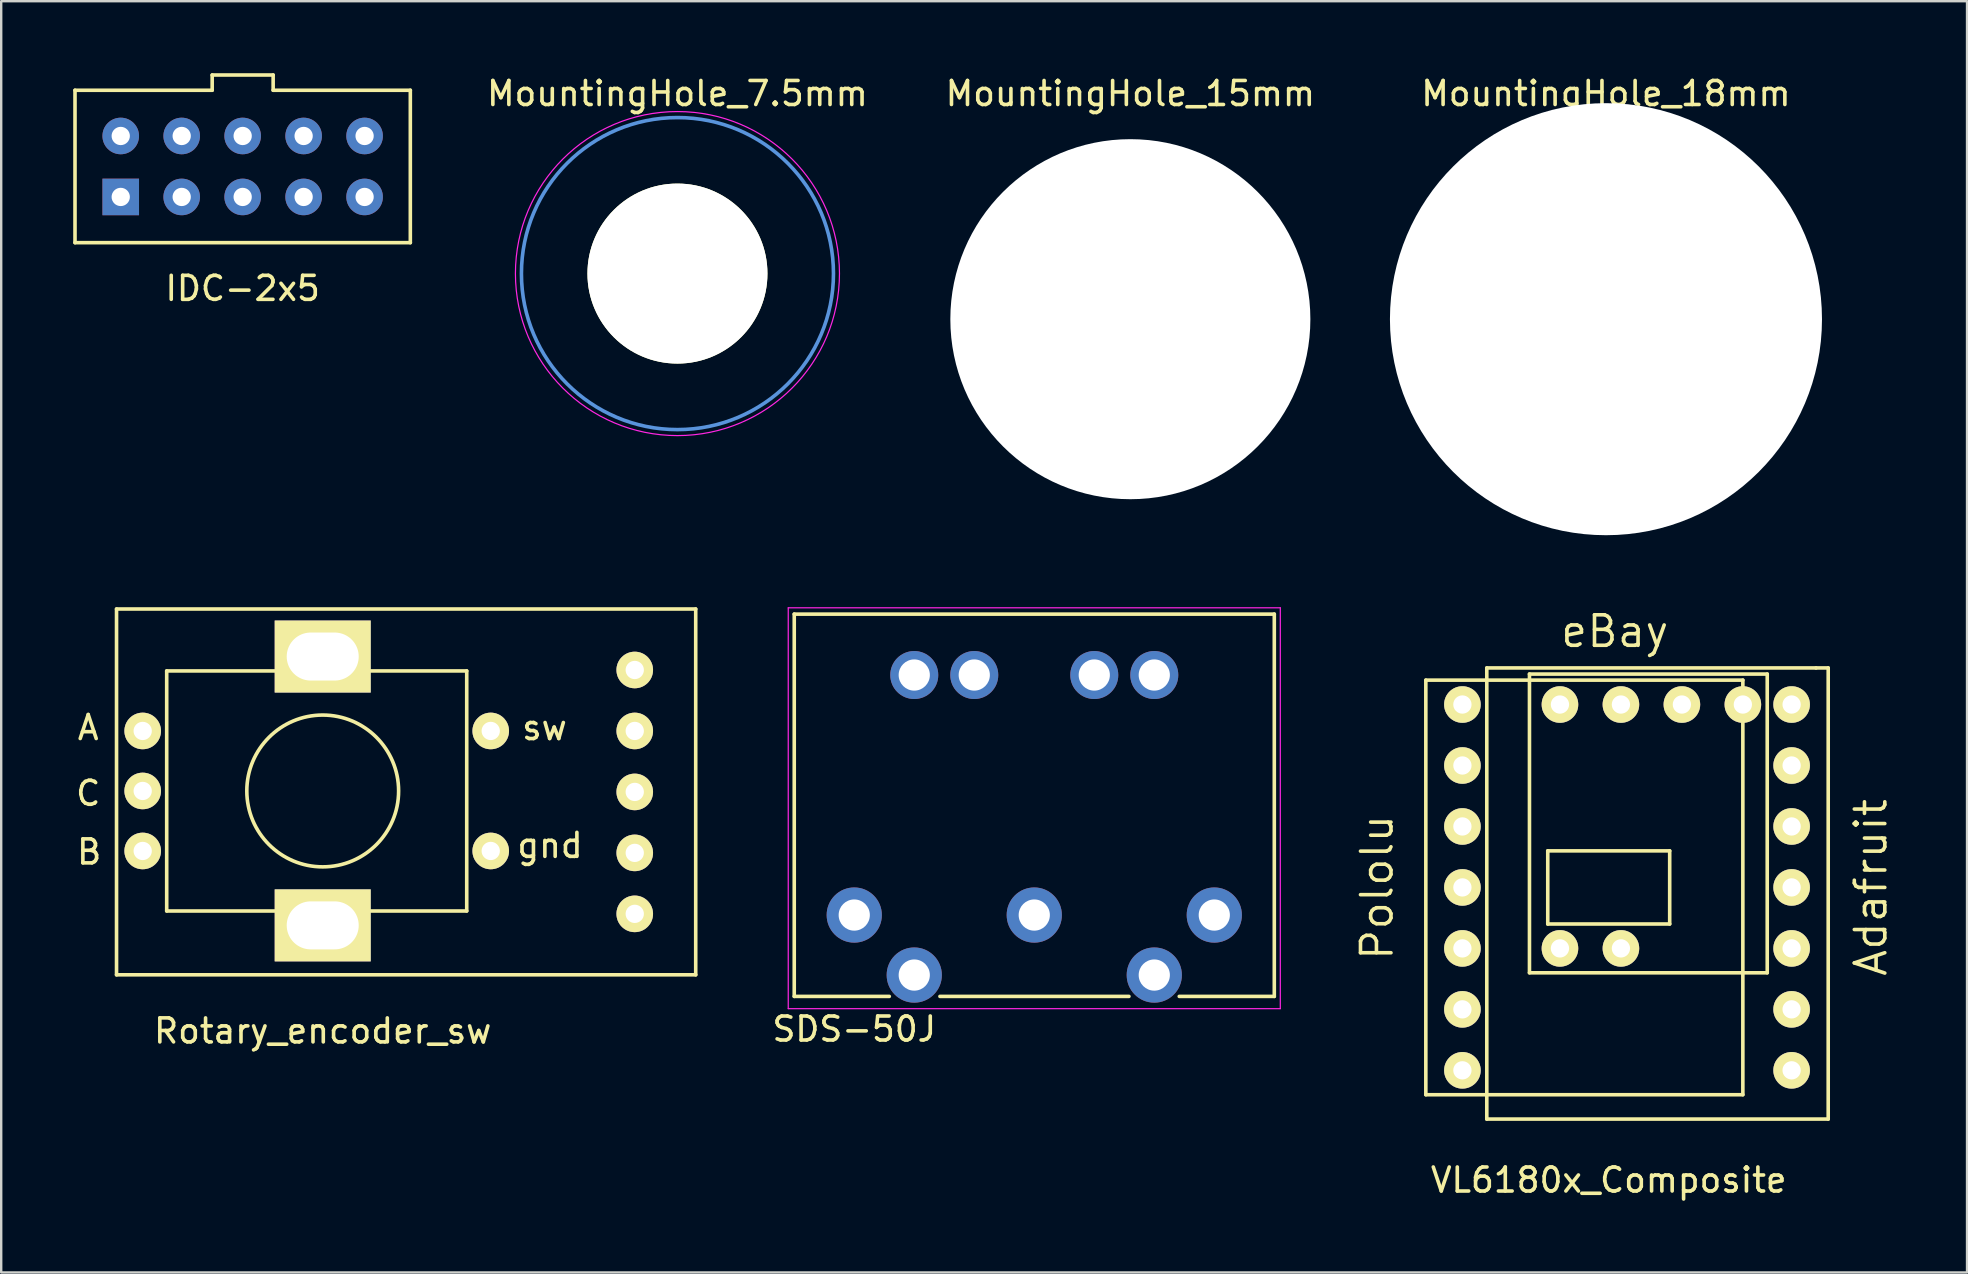
<source format=kicad_pcb>
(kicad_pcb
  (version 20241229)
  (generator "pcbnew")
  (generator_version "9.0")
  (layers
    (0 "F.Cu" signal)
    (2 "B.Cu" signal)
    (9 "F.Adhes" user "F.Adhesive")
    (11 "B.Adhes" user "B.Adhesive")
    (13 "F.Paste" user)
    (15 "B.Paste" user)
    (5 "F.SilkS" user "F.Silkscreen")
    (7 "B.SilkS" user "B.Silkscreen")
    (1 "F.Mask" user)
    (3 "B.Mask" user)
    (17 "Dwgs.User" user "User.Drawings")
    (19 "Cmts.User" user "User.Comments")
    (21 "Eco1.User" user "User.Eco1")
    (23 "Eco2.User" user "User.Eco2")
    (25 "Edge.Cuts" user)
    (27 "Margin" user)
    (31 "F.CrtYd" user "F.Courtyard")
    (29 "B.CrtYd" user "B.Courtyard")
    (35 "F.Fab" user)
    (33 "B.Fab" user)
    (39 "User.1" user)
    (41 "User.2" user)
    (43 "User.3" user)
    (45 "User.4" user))
  (footprint "Rotary_encoder_sw"
    (layer "F.Cu")
    (at 10.405 30.003)
    (property "Reference" "Rotary_encoder_sw" (at -0.01 9.9 0) (layer "F.SilkS") (effects (font (size 1 1) (thickness 0.15))))
    (attr through_hole)
    (fp_line (start -8.6 -7.68) (end 15.53 -7.68) (stroke (width 0.15) (type solid)) (layer "F.SilkS"))
    (fp_line (start -8.6 7.56) (end -8.6 -7.68) (stroke (width 0.15) (type solid)) (layer "F.SilkS"))
    (fp_line (start -6.51 -5.1) (end -6.51 4.9) (stroke (width 0.15) (type solid)) (layer "F.SilkS"))
    (fp_line (start -6.51 4.9) (end -2.01 4.9) (stroke (width 0.15) (type solid)) (layer "F.SilkS"))
    (fp_line (start -2.01 -5.1) (end -6.51 -5.1) (stroke (width 0.15) (type solid)) (layer "F.SilkS"))
    (fp_line (start 1.99 -5.1) (end 5.99 -5.1) (stroke (width 0.15) (type solid)) (layer "F.SilkS"))
    (fp_line (start 5.99 -5.1) (end 5.99 4.9) (stroke (width 0.15) (type solid)) (layer "F.SilkS"))
    (fp_line (start 5.99 4.9) (end 1.99 4.9) (stroke (width 0.15) (type solid)) (layer "F.SilkS"))
    (fp_line (start 15.53 -7.68) (end 15.53 7.56) (stroke (width 0.15) (type solid)) (layer "F.SilkS"))
    (fp_line (start 15.53 7.56) (end -8.6 7.56) (stroke (width 0.15) (type solid)) (layer "F.SilkS"))
    (fp_circle (center -0.01 -0.1) (end 0.99 2.9) (stroke (width 0.15) (type solid)) (fill no) (layer "F.SilkS"))
    (fp_text user "A" (at -9.78 -2.74 0) (layer "F.SilkS") (effects (font (size 1 1) (thickness 0.15))))
    (fp_text user "C" (at -9.78 0 0) (layer "F.SilkS") (effects (font (size 1 1) (thickness 0.15))))
    (fp_text user "gnd" (at 9.46 2.17 0) (layer "F.SilkS") (effects (font (size 1 1) (thickness 0.15))))
    (fp_text user "sw" (at 9.23 -2.74 0) (layer "F.SilkS") (effects (font (size 1 1) (thickness 0.15))))
    (fp_text user "B" (at -9.74 2.44 0) (layer "F.SilkS") (effects (font (size 1 1) (thickness 0.15))))
    (pad "" np_thru_hole rect (at -0.01 -5.7 270) (size 3 4) (drill oval 2 3) (layers "*.Cu" "*.Mask" "F.SilkS"))
    (pad "" np_thru_hole rect (at -0.01 5.5 270) (size 3 4) (drill oval 2 3) (layers "*.Cu" "*.Mask" "F.SilkS"))
    (pad "1" thru_hole circle (at -7.51 -2.6 270) (size 1.524 1.524) (drill 0.762) (layers "*.Cu" "*.Mask" "F.SilkS"))
    (pad "1" thru_hole circle (at 12.99 -5.14) (size 1.524 1.524) (drill 0.762) (layers "*.Cu" "*.Mask" "F.SilkS"))
    (pad "2" thru_hole circle (at -7.51 -0.1 270) (size 1.524 1.524) (drill 0.762) (layers "*.Cu" "*.Mask" "F.SilkS"))
    (pad "3" thru_hole circle (at -7.51 2.4 270) (size 1.524 1.524) (drill 0.762) (layers "*.Cu" "*.Mask" "F.SilkS"))
    (pad "3" thru_hole circle (at 12.99 -2.6) (size 1.524 1.524) (drill 0.762) (layers "*.Cu" "*.Mask" "F.SilkS"))
    (pad "4" thru_hole circle (at 6.99 -2.6 270) (size 1.524 1.524) (drill 0.762) (layers "*.Cu" "*.Mask" "F.SilkS"))
    (pad "4" thru_hole circle (at 12.99 -0.06) (size 1.524 1.524) (drill 0.762) (layers "*.Cu" "*.Mask" "F.SilkS"))
    (pad "5" thru_hole circle (at 6.99 2.4 270) (size 1.524 1.524) (drill 0.762) (layers "*.Cu" "*.Mask" "F.SilkS"))
    (pad "5" thru_hole circle (at 12.99 5.02) (size 1.524 1.524) (drill 0.762) (layers "*.Cu" "*.Mask" "F.SilkS"))
    (pad "6" thru_hole circle (at 12.99 2.48) (size 1.524 1.524) (drill 0.762) (layers "*.Cu" "*.Mask" "F.SilkS")))
  (footprint "MountingHole_18mm"
    (layer "F.Cu")
    (at 63.858 10.248)
    (property "Reference" "MountingHole_18mm" (at 0 -9.4 0) (layer "F.SilkS") (effects (font (size 1 1) (thickness 0.15))))
    (attr through_hole)
    (fp_circle (center 0 0) (end 8.4 0) (stroke (width 0.15) (type solid)) (fill no) (layer "Cmts.User"))
    (fp_circle (center 0 0) (end 8.65 0) (stroke (width 0.05) (type solid)) (fill no) (layer "F.CrtYd"))
    (pad "" np_thru_hole circle (at 0 0) (size 18 18) (drill 18) (layers "*.Cu" "*.Mask")))
  (footprint "SDS-50J"
    (layer "F.Cu")
    (at 32.54 35.073)
    (property "Reference" "SDS-50J" (at 0 4.75 0) (layer "F.SilkS") (effects (font (size 1 1) (thickness 0.15))))
    (attr through_hole)
    (fp_line (start -2.5 3.389) (end -2.5 -12.538) (stroke (width 0.15) (type solid)) (layer "F.SilkS"))
    (fp_line (start 1.46 3.389) (end -2.5 3.389) (stroke (width 0.15) (type solid)) (layer "F.SilkS"))
    (fp_line (start 11.444 3.389) (end 3.57 3.389) (stroke (width 0.15) (type solid)) (layer "F.SilkS"))
    (fp_line (start 17.5 -12.538) (end -2.5 -12.538) (stroke (width 0.15) (type solid)) (layer "F.SilkS"))
    (fp_line (start 17.5 3.389) (end 13.54 3.389) (stroke (width 0.15) (type solid)) (layer "F.SilkS"))
    (fp_line (start 17.5 3.389) (end 17.5 -12.538) (stroke (width 0.15) (type solid)) (layer "F.SilkS"))
    (fp_line (start -2.75 -12.8) (end -2.75 3.9) (stroke (width 0.05) (type solid)) (layer "F.CrtYd"))
    (fp_line (start 17.75 -12.8) (end -2.75 -12.8) (stroke (width 0.05) (type solid)) (layer "F.CrtYd"))
    (fp_line (start 17.75 3.9) (end -2.75 3.9) (stroke (width 0.05) (type solid)) (layer "F.CrtYd"))
    (fp_line (start 17.75 3.9) (end 17.75 -12.8) (stroke (width 0.05) (type solid)) (layer "F.CrtYd"))
    (pad "" thru_hole circle (at 2.5 -10) (size 2 2) (drill 1.3) (layers "*.Cu" "*.Mask"))
    (pad "" thru_hole circle (at 5 -10) (size 2 2) (drill 1.3) (layers "*.Cu" "*.Mask"))
    (pad "" thru_hole circle (at 10 -10) (size 2 2) (drill 1.3) (layers "*.Cu" "*.Mask"))
    (pad "" thru_hole circle (at 12.5 -10) (size 2 2) (drill 1.3) (layers "*.Cu" "*.Mask"))
    (pad "1" thru_hole circle (at 0 0) (size 2.3 2.3) (drill 1.3) (layers "*.Cu" "*.Mask"))
    (pad "2" thru_hole circle (at 7.5 0) (size 2.3 2.3) (drill 1.3) (layers "*.Cu" "*.Mask"))
    (pad "3" thru_hole circle (at 15 0) (size 2.3 2.3) (drill 1.3) (layers "*.Cu" "*.Mask"))
    (pad "4" thru_hole circle (at 2.5 2.5) (size 2.3 2.3) (drill 1.3) (layers "*.Cu" "*.Mask"))
    (pad "5" thru_hole circle (at 12.5 2.5) (size 2.3 2.3) (drill 1.3) (layers "*.Cu" "*.Mask")))
  (footprint "VL6180x_Composite"
    (layer "F.Cu")
    (at 63.973 33.922)
    (property "Reference" "VL6180x_Composite" (at 0 12.192 0) (layer "F.SilkS") (effects (font (size 1 1) (thickness 0.15))))
    (attr through_hole)
    (fp_line (start -7.62 -8.636) (end -7.62 8.636) (stroke (width 0.15) (type solid)) (layer "F.SilkS"))
    (fp_line (start -7.62 8.636) (end 5.588 8.636) (stroke (width 0.15) (type solid)) (layer "F.SilkS"))
    (fp_line (start -5.08 -9.144) (end -5.08 9.652) (stroke (width 0.15) (type solid)) (layer "F.SilkS"))
    (fp_line (start -5.08 9.652) (end 9.144 9.652) (stroke (width 0.15) (type solid)) (layer "F.SilkS"))
    (fp_line (start -3.302 -8.89) (end -3.302 3.556) (stroke (width 0.15) (type solid)) (layer "F.SilkS"))
    (fp_line (start -3.302 3.556) (end 6.604 3.556) (stroke (width 0.15) (type solid)) (layer "F.SilkS"))
    (fp_line (start -2.54 -1.524) (end 2.54 -1.524) (stroke (width 0.15) (type solid)) (layer "F.SilkS"))
    (fp_line (start -2.54 1.524) (end -2.54 -1.524) (stroke (width 0.15) (type solid)) (layer "F.SilkS"))
    (fp_line (start 2.54 -1.524) (end 2.54 1.524) (stroke (width 0.15) (type solid)) (layer "F.SilkS"))
    (fp_line (start 2.54 1.524) (end -2.54 1.524) (stroke (width 0.15) (type solid)) (layer "F.SilkS"))
    (fp_line (start 5.588 -8.636) (end -7.62 -8.636) (stroke (width 0.15) (type solid)) (layer "F.SilkS"))
    (fp_line (start 5.588 8.636) (end 5.588 -8.636) (stroke (width 0.15) (type solid)) (layer "F.SilkS"))
    (fp_line (start 6.604 -8.89) (end -3.302 -8.89) (stroke (width 0.15) (type solid)) (layer "F.SilkS"))
    (fp_line (start 6.604 3.556) (end 6.604 -8.89) (stroke (width 0.15) (type solid)) (layer "F.SilkS"))
    (fp_line (start 8.636 -9.144) (end -5.08 -9.144) (stroke (width 0.15) (type solid)) (layer "F.SilkS"))
    (fp_line (start 9.144 -9.144) (end 8.636 -9.144) (stroke (width 0.15) (type solid)) (layer "F.SilkS"))
    (fp_line (start 9.144 9.652) (end 9.144 -9.144) (stroke (width 0.15) (type solid)) (layer "F.SilkS"))
    (fp_text user "Adafruit" (at 10.922 0 90) (layer "F.SilkS") (effects (font (size 1.27 1.27) (thickness 0.15))))
    (fp_text user "Pololu" (at -9.652 0 90) (layer "F.SilkS") (effects (font (size 1.27 1.27) (thickness 0.15))))
    (fp_text user "eBay" (at 0.254 -10.668 0) (layer "F.SilkS") (effects (font (size 1.27 1.27) (thickness 0.15))))
    (pad "1" thru_hole circle (at -6.096 -7.62) (size 1.524 1.524) (drill 0.762) (layers "*.Cu" "*.Mask" "F.SilkS"))
    (pad "2" thru_hole circle (at -6.096 -5.08) (size 1.524 1.524) (drill 0.762) (layers "*.Cu" "*.Mask" "F.SilkS"))
    (pad "3" thru_hole circle (at -6.096 -2.54) (size 1.524 1.524) (drill 0.762) (layers "*.Cu" "*.Mask" "F.SilkS"))
    (pad "4" thru_hole circle (at -6.096 0) (size 1.524 1.524) (drill 0.762) (layers "*.Cu" "*.Mask" "F.SilkS"))
    (pad "5" thru_hole circle (at -6.096 2.54) (size 1.524 1.524) (drill 0.762) (layers "*.Cu" "*.Mask" "F.SilkS"))
    (pad "6" thru_hole circle (at -6.096 5.08) (size 1.524 1.524) (drill 0.762) (layers "*.Cu" "*.Mask" "F.SilkS"))
    (pad "7" thru_hole circle (at -6.096 7.62) (size 1.524 1.524) (drill 0.762) (layers "*.Cu" "*.Mask" "F.SilkS"))
    (pad "8" thru_hole circle (at -2.032 -7.62) (size 1.524 1.524) (drill 0.762) (layers "*.Cu" "*.Mask" "F.SilkS"))
    (pad "9" thru_hole circle (at 0.508 -7.62) (size 1.524 1.524) (drill 0.762) (layers "*.Cu" "*.Mask" "F.SilkS"))
    (pad "10" thru_hole circle (at 3.048 -7.62) (size 1.524 1.524) (drill 0.762) (layers "*.Cu" "*.Mask" "F.SilkS"))
    (pad "11" thru_hole circle (at 5.588 -7.62) (size 1.524 1.524) (drill 0.762) (layers "*.Cu" "*.Mask" "F.SilkS"))
    (pad "12" thru_hole circle (at -2.032 2.54) (size 1.524 1.524) (drill 0.762) (layers "*.Cu" "*.Mask" "F.SilkS"))
    (pad "13" thru_hole circle (at 0.508 2.54) (size 1.524 1.524) (drill 0.762) (layers "*.Cu" "*.Mask" "F.SilkS"))
    (pad "14" thru_hole circle (at 7.62 7.62) (size 1.524 1.524) (drill 0.762) (layers "*.Cu" "*.Mask" "F.SilkS"))
    (pad "15" thru_hole circle (at 7.62 5.08) (size 1.524 1.524) (drill 0.762) (layers "*.Cu" "*.Mask" "F.SilkS"))
    (pad "16" thru_hole circle (at 7.62 2.54) (size 1.524 1.524) (drill 0.762) (layers "*.Cu" "*.Mask" "F.SilkS"))
    (pad "17" thru_hole circle (at 7.62 0) (size 1.524 1.524) (drill 0.762) (layers "*.Cu" "*.Mask" "F.SilkS"))
    (pad "18" thru_hole circle (at 7.62 -2.54) (size 1.524 1.524) (drill 0.762) (layers "*.Cu" "*.Mask" "F.SilkS"))
    (pad "19" thru_hole circle (at 7.62 -5.08) (size 1.524 1.524) (drill 0.762) (layers "*.Cu" "*.Mask" "F.SilkS"))
    (pad "20" thru_hole circle (at 7.62 -7.62) (size 1.524 1.524) (drill 0.762) (layers "*.Cu" "*.Mask" "F.SilkS")))
  (footprint "MountingHole_7.5mm"
    (layer "F.Cu")
    (at 25.174 8.348)
    (property "Reference" "MountingHole_7.5mm" (at 0 -7.5 0) (layer "F.SilkS") (effects (font (size 1 1) (thickness 0.15))))
    (attr through_hole)
    (fp_circle (center 0 0) (end 6.5 0) (stroke (width 0.15) (type solid)) (fill no) (layer "Cmts.User"))
    (fp_circle (center 0 0) (end 6.75 0) (stroke (width 0.05) (type solid)) (fill no) (layer "F.CrtYd"))
    (pad "" np_thru_hole circle (at 0 0) (size 7.5 7.5) (drill 7.5) (layers "*.Cu" "*.Mask" "F.SilkS")))
  (footprint "MountingHole_15mm"
    (layer "F.Cu")
    (at 44.043 10.248)
    (property "Reference" "MountingHole_15mm" (at 0 -9.4 0) (layer "F.SilkS") (effects (font (size 1 1) (thickness 0.15))))
    (attr through_hole)
    (pad "" np_thru_hole circle (at 0 0) (size 15 15) (drill 15) (layers "*.Cu" "*.Mask")))
  (footprint "IDC-2x5"
    (layer "F.Cu")
    (at 7.06 3.885)
    (property "Reference" "IDC-2x5" (at 0 5.08 0) (layer "F.SilkS") (effects (font (size 1 1) (thickness 0.15))))
    (attr through_hole)
    (fp_line (start -6.985 -3.175) (end -6.985 3.175) (stroke (width 0.15) (type solid)) (layer "F.SilkS"))
    (fp_line (start -6.985 3.175) (end 6.985 3.175) (stroke (width 0.15) (type solid)) (layer "F.SilkS"))
    (fp_line (start -1.27 -3.81) (end 1.27 -3.81) (stroke (width 0.15) (type solid)) (layer "F.SilkS"))
    (fp_line (start -1.27 -3.175) (end -6.985 -3.175) (stroke (width 0.15) (type solid)) (layer "F.SilkS"))
    (fp_line (start -1.27 -3.175) (end -1.27 -3.81) (stroke (width 0.15) (type solid)) (layer "F.SilkS"))
    (fp_line (start 1.27 -3.81) (end 1.27 -3.175) (stroke (width 0.15) (type solid)) (layer "F.SilkS"))
    (fp_line (start 6.985 -3.175) (end 1.27 -3.175) (stroke (width 0.15) (type solid)) (layer "F.SilkS"))
    (fp_line (start 6.985 3.175) (end 6.985 -3.175) (stroke (width 0.15) (type solid)) (layer "F.SilkS"))
    (pad "1" thru_hole rect (at -5.08 1.27) (size 1.524 1.524) (drill 0.762) (layers "*.Cu" "*.Mask"))
    (pad "2" thru_hole circle (at -5.08 -1.27) (size 1.524 1.524) (drill 0.762) (layers "*.Cu" "*.Mask"))
    (pad "3" thru_hole circle (at -2.54 1.27) (size 1.524 1.524) (drill 0.762) (layers "*.Cu" "*.Mask"))
    (pad "4" thru_hole circle (at -2.54 -1.27) (size 1.524 1.524) (drill 0.762) (layers "*.Cu" "*.Mask"))
    (pad "5" thru_hole circle (at 0 1.27) (size 1.524 1.524) (drill 0.762) (layers "*.Cu" "*.Mask"))
    (pad "6" thru_hole circle (at 0 -1.27) (size 1.524 1.524) (drill 0.762) (layers "*.Cu" "*.Mask"))
    (pad "7" thru_hole circle (at 2.54 1.27) (size 1.524 1.524) (drill 0.762) (layers "*.Cu" "*.Mask"))
    (pad "8" thru_hole circle (at 2.54 -1.27) (size 1.524 1.524) (drill 0.762) (layers "*.Cu" "*.Mask"))
    (pad "9" thru_hole circle (at 5.08 1.27) (size 1.524 1.524) (drill 0.762) (layers "*.Cu" "*.Mask"))
    (pad "10" thru_hole circle (at 5.08 -1.27) (size 1.524 1.524) (drill 0.762) (layers "*.Cu" "*.Mask")))
  (gr_rect
    (start -3 -3)
    (end 78.901 49.963)
    (stroke (width 0.1) (type default))
    (fill no)
    (layer "Edge.Cuts")))
</source>
